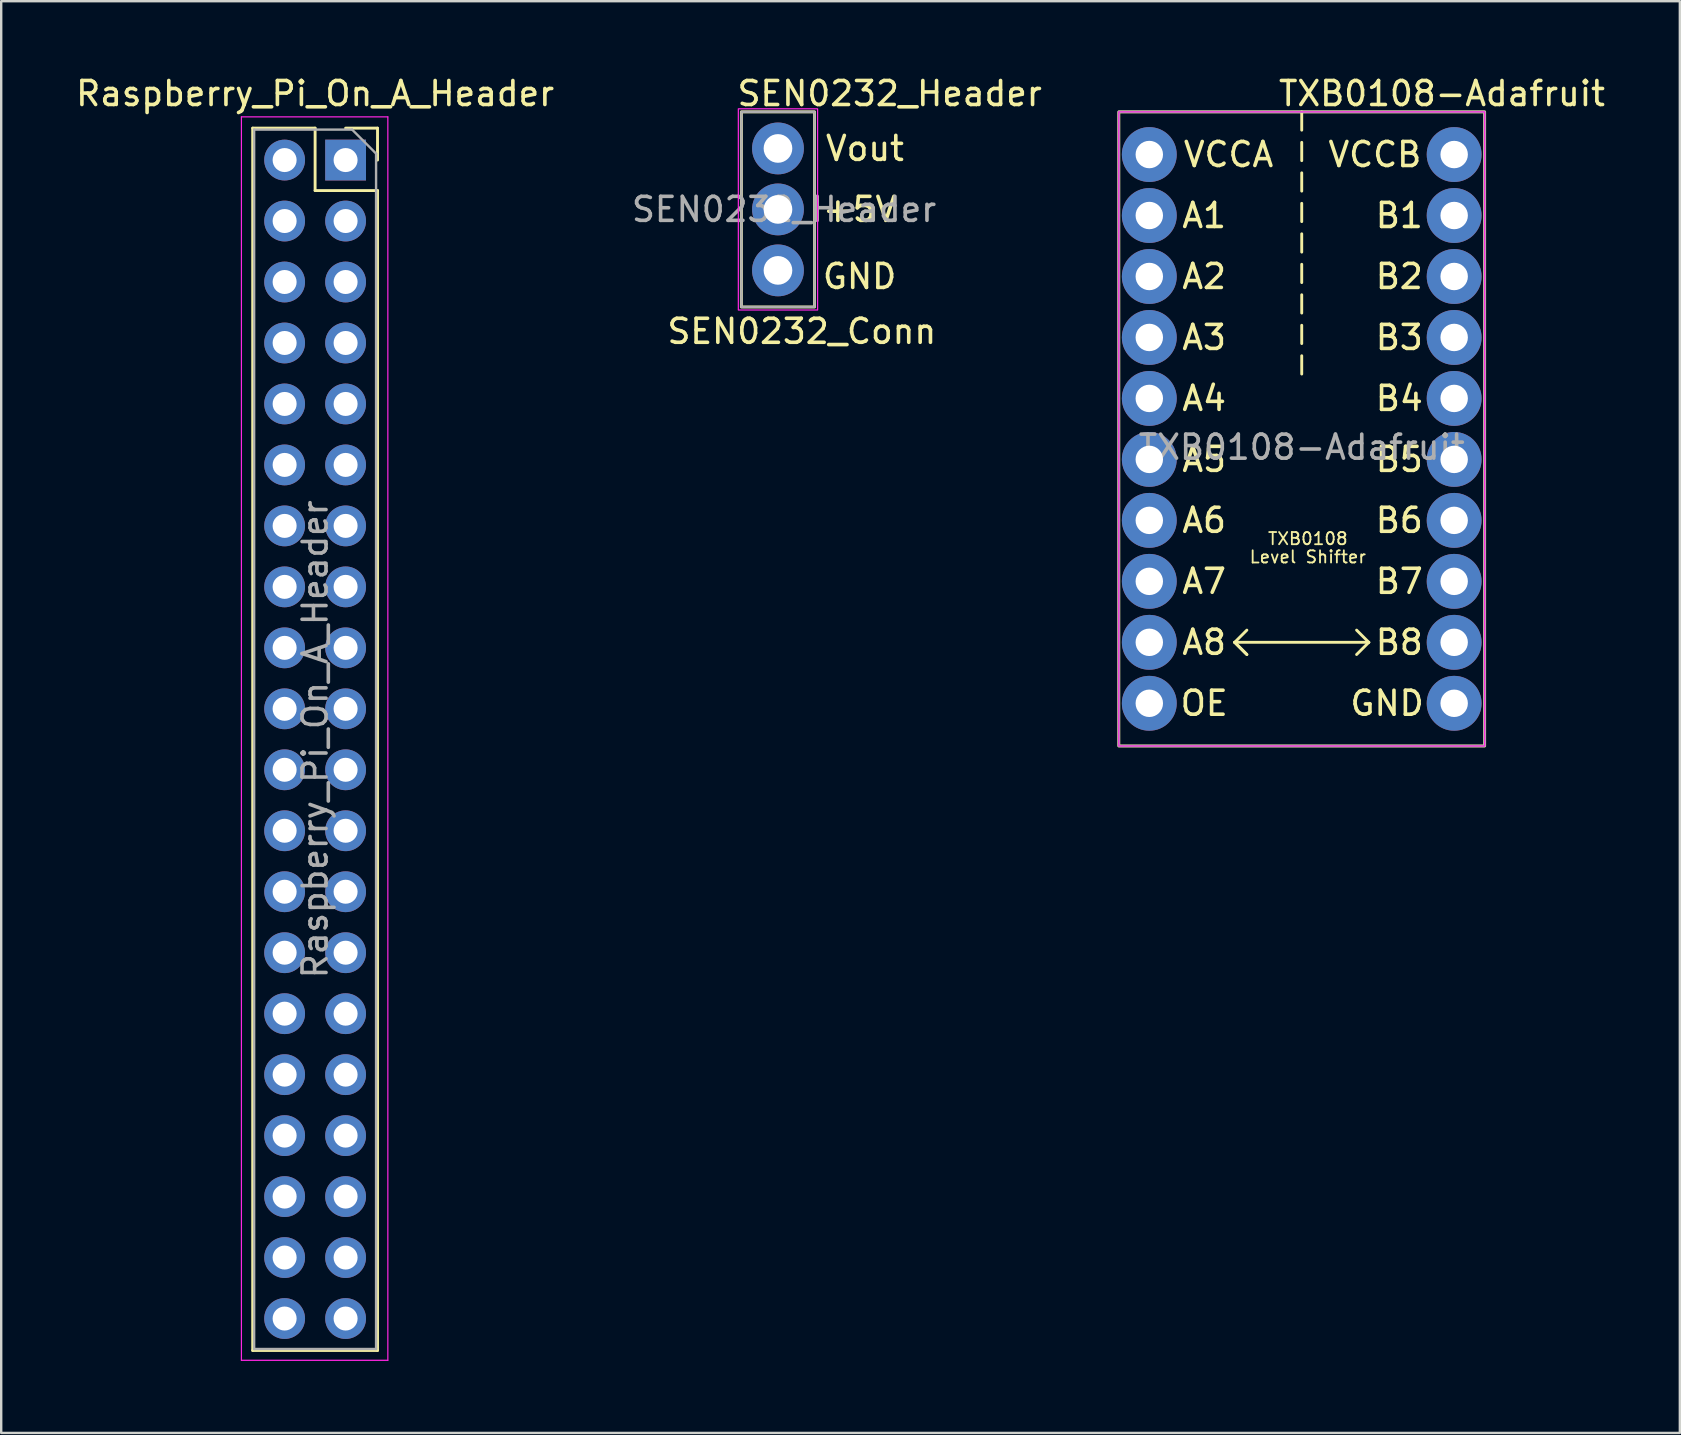
<source format=kicad_pcb>
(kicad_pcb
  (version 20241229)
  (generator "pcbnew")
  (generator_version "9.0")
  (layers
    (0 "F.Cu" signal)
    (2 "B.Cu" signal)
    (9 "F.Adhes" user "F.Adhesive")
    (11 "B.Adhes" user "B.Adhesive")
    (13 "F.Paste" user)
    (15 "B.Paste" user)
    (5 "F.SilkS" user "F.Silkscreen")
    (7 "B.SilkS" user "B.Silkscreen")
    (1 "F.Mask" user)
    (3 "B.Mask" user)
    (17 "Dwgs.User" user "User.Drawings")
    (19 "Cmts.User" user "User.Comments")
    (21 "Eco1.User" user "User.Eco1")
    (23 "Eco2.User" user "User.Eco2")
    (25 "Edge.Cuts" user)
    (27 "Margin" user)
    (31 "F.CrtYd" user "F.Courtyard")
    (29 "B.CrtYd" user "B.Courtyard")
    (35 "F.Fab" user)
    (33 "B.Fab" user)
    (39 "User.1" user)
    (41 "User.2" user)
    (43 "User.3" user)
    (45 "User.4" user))
  (footprint "Raspberry_Pi_On_A_Header"
    (layer "F.Cu")
    (at 11.347 3.618)
    (property "Reference" "Raspberry_Pi_On_A_Header" (at -1.27 -2.77 0) (layer "F.SilkS") (effects (font (size 1 1) (thickness 0.15))))
    (attr through_hole)
    (fp_line (start -3.87 -1.33) (end -3.87 49.59) (stroke (width 0.12) (type solid)) (layer "F.SilkS"))
    (fp_line (start -3.87 -1.33) (end -1.27 -1.33) (stroke (width 0.12) (type solid)) (layer "F.SilkS"))
    (fp_line (start -3.87 49.59) (end 1.33 49.59) (stroke (width 0.12) (type solid)) (layer "F.SilkS"))
    (fp_line (start -1.27 -1.33) (end -1.27 1.27) (stroke (width 0.12) (type solid)) (layer "F.SilkS"))
    (fp_line (start -1.27 1.27) (end 1.33 1.27) (stroke (width 0.12) (type solid)) (layer "F.SilkS"))
    (fp_line (start 0 -1.33) (end 1.33 -1.33) (stroke (width 0.12) (type solid)) (layer "F.SilkS"))
    (fp_line (start 1.33 -1.33) (end 1.33 0) (stroke (width 0.12) (type solid)) (layer "F.SilkS"))
    (fp_line (start 1.33 1.27) (end 1.33 49.59) (stroke (width 0.12) (type solid)) (layer "F.SilkS"))
    (fp_line (start -4.34 -1.8) (end 1.76 -1.8) (stroke (width 0.05) (type solid)) (layer "F.CrtYd"))
    (fp_line (start -4.34 50) (end -4.34 -1.8) (stroke (width 0.05) (type solid)) (layer "F.CrtYd"))
    (fp_line (start 1.76 -1.8) (end 1.76 50) (stroke (width 0.05) (type solid)) (layer "F.CrtYd"))
    (fp_line (start 1.76 50) (end -4.34 50) (stroke (width 0.05) (type solid)) (layer "F.CrtYd"))
    (fp_line (start -3.81 -1.27) (end 0.27 -1.27) (stroke (width 0.1) (type solid)) (layer "F.Fab"))
    (fp_line (start -3.81 49.53) (end -3.81 -1.27) (stroke (width 0.1) (type solid)) (layer "F.Fab"))
    (fp_line (start 0.27 -1.27) (end 1.27 -0.27) (stroke (width 0.1) (type solid)) (layer "F.Fab"))
    (fp_line (start 1.27 -0.27) (end 1.27 49.53) (stroke (width 0.1) (type solid)) (layer "F.Fab"))
    (fp_line (start 1.27 49.53) (end -3.81 49.53) (stroke (width 0.1) (type solid)) (layer "F.Fab"))
    (fp_text user "${REFERENCE}" (at -1.27 24.13 90) (layer "F.Fab") (effects (font (size 1 1) (thickness 0.15))))
    (pad "1" thru_hole rect (at 0 0) (size 1.7 1.7) (drill 1) (layers "*.Cu" "*.Mask"))
    (pad "2" thru_hole oval (at -2.54 0) (size 1.7 1.7) (drill 1) (layers "*.Cu" "*.Mask"))
    (pad "3" thru_hole oval (at 0 2.54) (size 1.7 1.7) (drill 1) (layers "*.Cu" "*.Mask"))
    (pad "4" thru_hole oval (at -2.54 2.54) (size 1.7 1.7) (drill 1) (layers "*.Cu" "*.Mask"))
    (pad "5" thru_hole oval (at 0 5.08) (size 1.7 1.7) (drill 1) (layers "*.Cu" "*.Mask"))
    (pad "6" thru_hole oval (at -2.54 5.08) (size 1.7 1.7) (drill 1) (layers "*.Cu" "*.Mask"))
    (pad "7" thru_hole oval (at 0 7.62) (size 1.7 1.7) (drill 1) (layers "*.Cu" "*.Mask"))
    (pad "8" thru_hole oval (at -2.54 7.62) (size 1.7 1.7) (drill 1) (layers "*.Cu" "*.Mask"))
    (pad "9" thru_hole oval (at 0 10.16) (size 1.7 1.7) (drill 1) (layers "*.Cu" "*.Mask"))
    (pad "10" thru_hole oval (at -2.54 10.16) (size 1.7 1.7) (drill 1) (layers "*.Cu" "*.Mask"))
    (pad "11" thru_hole oval (at 0 12.7) (size 1.7 1.7) (drill 1) (layers "*.Cu" "*.Mask"))
    (pad "12" thru_hole oval (at -2.54 12.7) (size 1.7 1.7) (drill 1) (layers "*.Cu" "*.Mask"))
    (pad "13" thru_hole oval (at 0 15.24) (size 1.7 1.7) (drill 1) (layers "*.Cu" "*.Mask"))
    (pad "14" thru_hole oval (at -2.54 15.24) (size 1.7 1.7) (drill 1) (layers "*.Cu" "*.Mask"))
    (pad "15" thru_hole oval (at 0 17.78) (size 1.7 1.7) (drill 1) (layers "*.Cu" "*.Mask"))
    (pad "16" thru_hole oval (at -2.54 17.78) (size 1.7 1.7) (drill 1) (layers "*.Cu" "*.Mask"))
    (pad "17" thru_hole oval (at 0 20.32) (size 1.7 1.7) (drill 1) (layers "*.Cu" "*.Mask"))
    (pad "18" thru_hole oval (at -2.54 20.32) (size 1.7 1.7) (drill 1) (layers "*.Cu" "*.Mask"))
    (pad "19" thru_hole oval (at 0 22.86) (size 1.7 1.7) (drill 1) (layers "*.Cu" "*.Mask"))
    (pad "20" thru_hole oval (at -2.54 22.86) (size 1.7 1.7) (drill 1) (layers "*.Cu" "*.Mask"))
    (pad "21" thru_hole oval (at 0 25.4) (size 1.7 1.7) (drill 1) (layers "*.Cu" "*.Mask"))
    (pad "22" thru_hole oval (at -2.54 25.4) (size 1.7 1.7) (drill 1) (layers "*.Cu" "*.Mask"))
    (pad "23" thru_hole oval (at 0 27.94) (size 1.7 1.7) (drill 1) (layers "*.Cu" "*.Mask"))
    (pad "24" thru_hole oval (at -2.54 27.94) (size 1.7 1.7) (drill 1) (layers "*.Cu" "*.Mask"))
    (pad "25" thru_hole oval (at 0 30.48) (size 1.7 1.7) (drill 1) (layers "*.Cu" "*.Mask"))
    (pad "26" thru_hole oval (at -2.54 30.48) (size 1.7 1.7) (drill 1) (layers "*.Cu" "*.Mask"))
    (pad "27" thru_hole oval (at 0 33.02) (size 1.7 1.7) (drill 1) (layers "*.Cu" "*.Mask"))
    (pad "28" thru_hole oval (at -2.54 33.02) (size 1.7 1.7) (drill 1) (layers "*.Cu" "*.Mask"))
    (pad "29" thru_hole oval (at 0 35.56) (size 1.7 1.7) (drill 1) (layers "*.Cu" "*.Mask"))
    (pad "30" thru_hole oval (at -2.54 35.56) (size 1.7 1.7) (drill 1) (layers "*.Cu" "*.Mask"))
    (pad "31" thru_hole oval (at 0 38.1) (size 1.7 1.7) (drill 1) (layers "*.Cu" "*.Mask"))
    (pad "32" thru_hole oval (at -2.54 38.1) (size 1.7 1.7) (drill 1) (layers "*.Cu" "*.Mask"))
    (pad "33" thru_hole oval (at 0 40.64) (size 1.7 1.7) (drill 1) (layers "*.Cu" "*.Mask"))
    (pad "34" thru_hole oval (at -2.54 40.64) (size 1.7 1.7) (drill 1) (layers "*.Cu" "*.Mask"))
    (pad "35" thru_hole oval (at 0 43.18) (size 1.7 1.7) (drill 1) (layers "*.Cu" "*.Mask"))
    (pad "36" thru_hole oval (at -2.54 43.18) (size 1.7 1.7) (drill 1) (layers "*.Cu" "*.Mask"))
    (pad "37" thru_hole oval (at 0 45.72) (size 1.7 1.7) (drill 1) (layers "*.Cu" "*.Mask"))
    (pad "38" thru_hole oval (at -2.54 45.72) (size 1.7 1.7) (drill 1) (layers "*.Cu" "*.Mask"))
    (pad "39" thru_hole oval (at 0 48.26) (size 1.7 1.7) (drill 1) (layers "*.Cu" "*.Mask"))
    (pad "40" thru_hole oval (at -2.54 48.26) (size 1.7 1.7) (drill 1) (layers "*.Cu" "*.Mask")))
  (footprint "SEN0232_Header"
    (layer "F.Cu")
    (at 29.359 3.134)
    (property "Reference" "SEN0232_Header" (at -1.778 -2.286 0) (unlocked yes) (layer "F.SilkS") (effects (font (size 1 1) (thickness 0.15)) (justify left)))
    (attr through_hole)
    (fp_rect (start -1.524 -1.524) (end 1.524 6.604) (stroke (width 0.12) (type solid)) (fill no) (layer "F.SilkS"))
    (fp_rect (start -1.651 -1.651) (end 1.651 6.731) (stroke (width 0.05) (type solid)) (fill no) (layer "F.CrtYd"))
    (fp_rect (start -1.524 -1.524) (end 1.524 6.604) (stroke (width 0.1) (type solid)) (fill no) (layer "F.Fab"))
    (fp_text user "Vout" (at 1.905 0 0) (unlocked yes) (layer "F.SilkS") (effects (font (size 1 1) (thickness 0.15)) (justify left)))
    (fp_text user "GND" (at 1.778 5.334 0) (unlocked yes) (layer "F.SilkS") (effects (font (size 1 1) (thickness 0.15)) (justify left)))
    (fp_text user "SEN0232_Conn" (at -4.699 7.62 0) (unlocked yes) (layer "F.SilkS") (effects (font (size 1 1) (thickness 0.15)) (justify left)))
    (fp_text user "+5V" (at 1.778 2.54 0) (unlocked yes) (layer "F.SilkS") (effects (font (size 1 1) (thickness 0.15)) (justify left)))
    (fp_text user "${REFERENCE}" (at 0.254 2.54 0) (unlocked yes) (layer "F.Fab") (effects (font (size 1 1) (thickness 0.15))))
    (pad "1" thru_hole circle (at 0 0) (size 2.159 2.159) (drill 1.194) (layers "*.Cu" "*.Mask"))
    (pad "2" thru_hole circle (at 0 2.54) (size 2.159 2.159) (drill 1.194) (layers "*.Cu" "*.Mask"))
    (pad "3" thru_hole circle (at 0 5.08) (size 2.159 2.159) (drill 1.194) (layers "*.Cu" "*.Mask")))
  (footprint "TXB0108-Adafruit"
    (layer "F.Cu")
    (at 51.178 14.818)
    (property "Reference" "TXB0108-Adafruit" (at 5.842 -13.97 0) (unlocked yes) (layer "F.SilkS") (effects (font (size 1 1) (thickness 0.15))))
    (attr through_hole)
    (fp_line (start -2.794 8.89) (end -2.286 8.382) (stroke (width 0.12) (type solid)) (layer "F.SilkS"))
    (fp_line (start -2.794 8.89) (end -2.286 9.398) (stroke (width 0.12) (type solid)) (layer "F.SilkS"))
    (fp_line (start -2.794 8.89) (end 2.794 8.89) (stroke (width 0.12) (type solid)) (layer "F.SilkS"))
    (fp_line (start -2.286 9.398) (end -2.794 8.89) (stroke (width 0.12) (type solid)) (layer "F.SilkS"))
    (fp_line (start 0 -13.208) (end 0 -12.446) (stroke (width 0.12) (type solid)) (layer "F.SilkS"))
    (fp_line (start 0 -11.938) (end 0 -11.176) (stroke (width 0.12) (type solid)) (layer "F.SilkS"))
    (fp_line (start 0 -10.668) (end 0 -9.906) (stroke (width 0.12) (type solid)) (layer "F.SilkS"))
    (fp_line (start 0 -9.398) (end 0 -8.636) (stroke (width 0.12) (type solid)) (layer "F.SilkS"))
    (fp_line (start 0 -8.128) (end 0 -7.366) (stroke (width 0.12) (type solid)) (layer "F.SilkS"))
    (fp_line (start 0 -6.858) (end 0 -6.096) (stroke (width 0.12) (type solid)) (layer "F.SilkS"))
    (fp_line (start 0 -5.588) (end 0 -4.826) (stroke (width 0.12) (type solid)) (layer "F.SilkS"))
    (fp_line (start 0 -4.318) (end 0 -3.556) (stroke (width 0.12) (type solid)) (layer "F.SilkS"))
    (fp_line (start 0 -3.048) (end 0 -2.286) (stroke (width 0.12) (type solid)) (layer "F.SilkS"))
    (fp_line (start 2.794 8.89) (end 2.286 8.382) (stroke (width 0.12) (type solid)) (layer "F.SilkS"))
    (fp_line (start 2.794 8.89) (end 2.286 9.398) (stroke (width 0.12) (type solid)) (layer "F.SilkS"))
    (fp_rect (start -7.62 13.208) (end 7.62 -13.208) (stroke (width 0.12) (type solid)) (fill no) (layer "F.SilkS"))
    (fp_rect (start 7.62 -13.208) (end -7.62 13.208) (stroke (width 0.05) (type solid)) (fill no) (layer "F.CrtYd"))
    (fp_rect (start 7.62 -13.208) (end -7.62 13.208) (stroke (width 0.1) (type solid)) (fill no) (layer "F.Fab"))
    (fp_text user "B6" (at 4.064 3.81 0) (unlocked yes) (layer "F.SilkS") (effects (font (size 1 1) (thickness 0.15))))
    (fp_text user "B1" (at 4.064 -8.89 0) (unlocked yes) (layer "F.SilkS") (effects (font (size 1 1) (thickness 0.15))))
    (fp_text user "B8" (at 4.064 8.89 0) (unlocked yes) (layer "F.SilkS") (effects (font (size 1 1) (thickness 0.15))))
    (fp_text user "VCCA" (at -3.048 -11.43 0) (unlocked yes) (layer "F.SilkS") (effects (font (size 1 1) (thickness 0.15))))
    (fp_text user "A4" (at -4.064 -1.27 0) (unlocked yes) (layer "F.SilkS") (effects (font (size 1 1) (thickness 0.15))))
    (fp_text user "A6" (at -4.064 3.81 0) (unlocked yes) (layer "F.SilkS") (effects (font (size 1 1) (thickness 0.15))))
    (fp_text user "A5" (at -4.064 1.27 0) (unlocked yes) (layer "F.SilkS") (effects (font (size 1 1) (thickness 0.15))))
    (fp_text user "VCCB" (at 3.048 -11.43 0) (unlocked yes) (layer "F.SilkS") (effects (font (size 1 1) (thickness 0.15))))
    (fp_text user "B7" (at 4.064 6.35 0) (unlocked yes) (layer "F.SilkS") (effects (font (size 1 1) (thickness 0.15))))
    (fp_text user "A3" (at -4.064 -3.81 0) (unlocked yes) (layer "F.SilkS") (effects (font (size 1 1) (thickness 0.15))))
    (fp_text user "A7" (at -4.064 6.35 0) (unlocked yes) (layer "F.SilkS") (effects (font (size 1 1) (thickness 0.15))))
    (fp_text user "TXB0108" (at 0.254 4.572 0) (unlocked yes) (layer "F.SilkS") (effects (font (size 0.508 0.508) (thickness 0.076))))
    (fp_text user "B4" (at 4.064 -1.27 0) (unlocked yes) (layer "F.SilkS") (effects (font (size 1 1) (thickness 0.15))))
    (fp_text user "B2" (at 4.064 -6.35 0) (unlocked yes) (layer "F.SilkS") (effects (font (size 1 1) (thickness 0.15))))
    (fp_text user "A2" (at -4.064 -6.35 0) (unlocked yes) (layer "F.SilkS") (effects (font (size 1 1) (thickness 0.15))))
    (fp_text user "B3" (at 4.064 -3.81 0) (unlocked yes) (layer "F.SilkS") (effects (font (size 1 1) (thickness 0.15))))
    (fp_text user "Level Shifter" (at 0.254 5.334 0) (unlocked yes) (layer "F.SilkS") (effects (font (size 0.508 0.508) (thickness 0.076))))
    (fp_text user "A1" (at -4.064 -8.89 0) (unlocked yes) (layer "F.SilkS") (effects (font (size 1 1) (thickness 0.15))))
    (fp_text user "OE" (at -4.064 11.43 0) (unlocked yes) (layer "F.SilkS") (effects (font (size 1 1) (thickness 0.15))))
    (fp_text user "A8" (at -4.064 8.89 0) (unlocked yes) (layer "F.SilkS") (effects (font (size 1 1) (thickness 0.15))))
    (fp_text user "B5" (at 4.064 1.27 0) (unlocked yes) (layer "F.SilkS") (effects (font (size 1 1) (thickness 0.15))))
    (fp_text user "GND" (at 3.556 11.43 0) (unlocked yes) (layer "F.SilkS") (effects (font (size 1 1) (thickness 0.15))))
    (fp_text user "${REFERENCE}" (at 0 0.762 0) (unlocked yes) (layer "F.Fab") (effects (font (size 1 1) (thickness 0.15))))
    (pad "1" thru_hole circle (at -6.35 -11.43) (size 2.286 2.286) (drill 1.143) (layers "*.Cu" "*.Mask"))
    (pad "2" thru_hole circle (at -6.35 -8.89) (size 2.286 2.286) (drill 1.143) (layers "*.Cu" "*.Mask"))
    (pad "3" thru_hole circle (at -6.35 -6.35) (size 2.286 2.286) (drill 1.143) (layers "*.Cu" "*.Mask"))
    (pad "4" thru_hole circle (at -6.35 -3.81) (size 2.286 2.286) (drill 1.143) (layers "*.Cu" "*.Mask"))
    (pad "5" thru_hole circle (at -6.35 -1.27) (size 2.286 2.286) (drill 1.143) (layers "*.Cu" "*.Mask"))
    (pad "6" thru_hole circle (at -6.35 1.27) (size 2.286 2.286) (drill 1.143) (layers "*.Cu" "*.Mask"))
    (pad "7" thru_hole circle (at -6.35 3.81) (size 2.286 2.286) (drill 1.143) (layers "*.Cu" "*.Mask"))
    (pad "8" thru_hole circle (at -6.35 6.35) (size 2.286 2.286) (drill 1.143) (layers "*.Cu" "*.Mask"))
    (pad "9" thru_hole circle (at -6.35 8.89) (size 2.286 2.286) (drill 1.143) (layers "*.Cu" "*.Mask"))
    (pad "10" thru_hole circle (at -6.35 11.43) (size 2.286 2.286) (drill 1.143) (layers "*.Cu" "*.Mask"))
    (pad "11" thru_hole circle (at 6.35 11.43) (size 2.286 2.286) (drill 1.143) (layers "*.Cu" "*.Mask"))
    (pad "12" thru_hole circle (at 6.35 8.89) (size 2.286 2.286) (drill 1.143) (layers "*.Cu" "*.Mask"))
    (pad "13" thru_hole circle (at 6.35 6.35) (size 2.286 2.286) (drill 1.143) (layers "*.Cu" "*.Mask"))
    (pad "14" thru_hole circle (at 6.35 3.81) (size 2.286 2.286) (drill 1.143) (layers "*.Cu" "*.Mask"))
    (pad "15" thru_hole circle (at 6.35 1.27) (size 2.286 2.286) (drill 1.143) (layers "*.Cu" "*.Mask"))
    (pad "16" thru_hole circle (at 6.35 -1.27) (size 2.286 2.286) (drill 1.143) (layers "*.Cu" "*.Mask"))
    (pad "17" thru_hole circle (at 6.35 -3.81) (size 2.286 2.286) (drill 1.143) (layers "*.Cu" "*.Mask"))
    (pad "18" thru_hole circle (at 6.35 -6.35) (size 2.286 2.286) (drill 1.143) (layers "*.Cu" "*.Mask"))
    (pad "19" thru_hole circle (at 6.35 -8.89) (size 2.286 2.286) (drill 1.143) (layers "*.Cu" "*.Mask"))
    (pad "20" thru_hole circle (at 6.35 -11.43) (size 2.286 2.286) (drill 1.143) (layers "*.Cu" "*.Mask")))
  (gr_rect
    (start -3 -3)
    (end 66.93 56.643)
    (stroke (width 0.1) (type default))
    (fill no)
    (layer "Edge.Cuts")))
</source>
